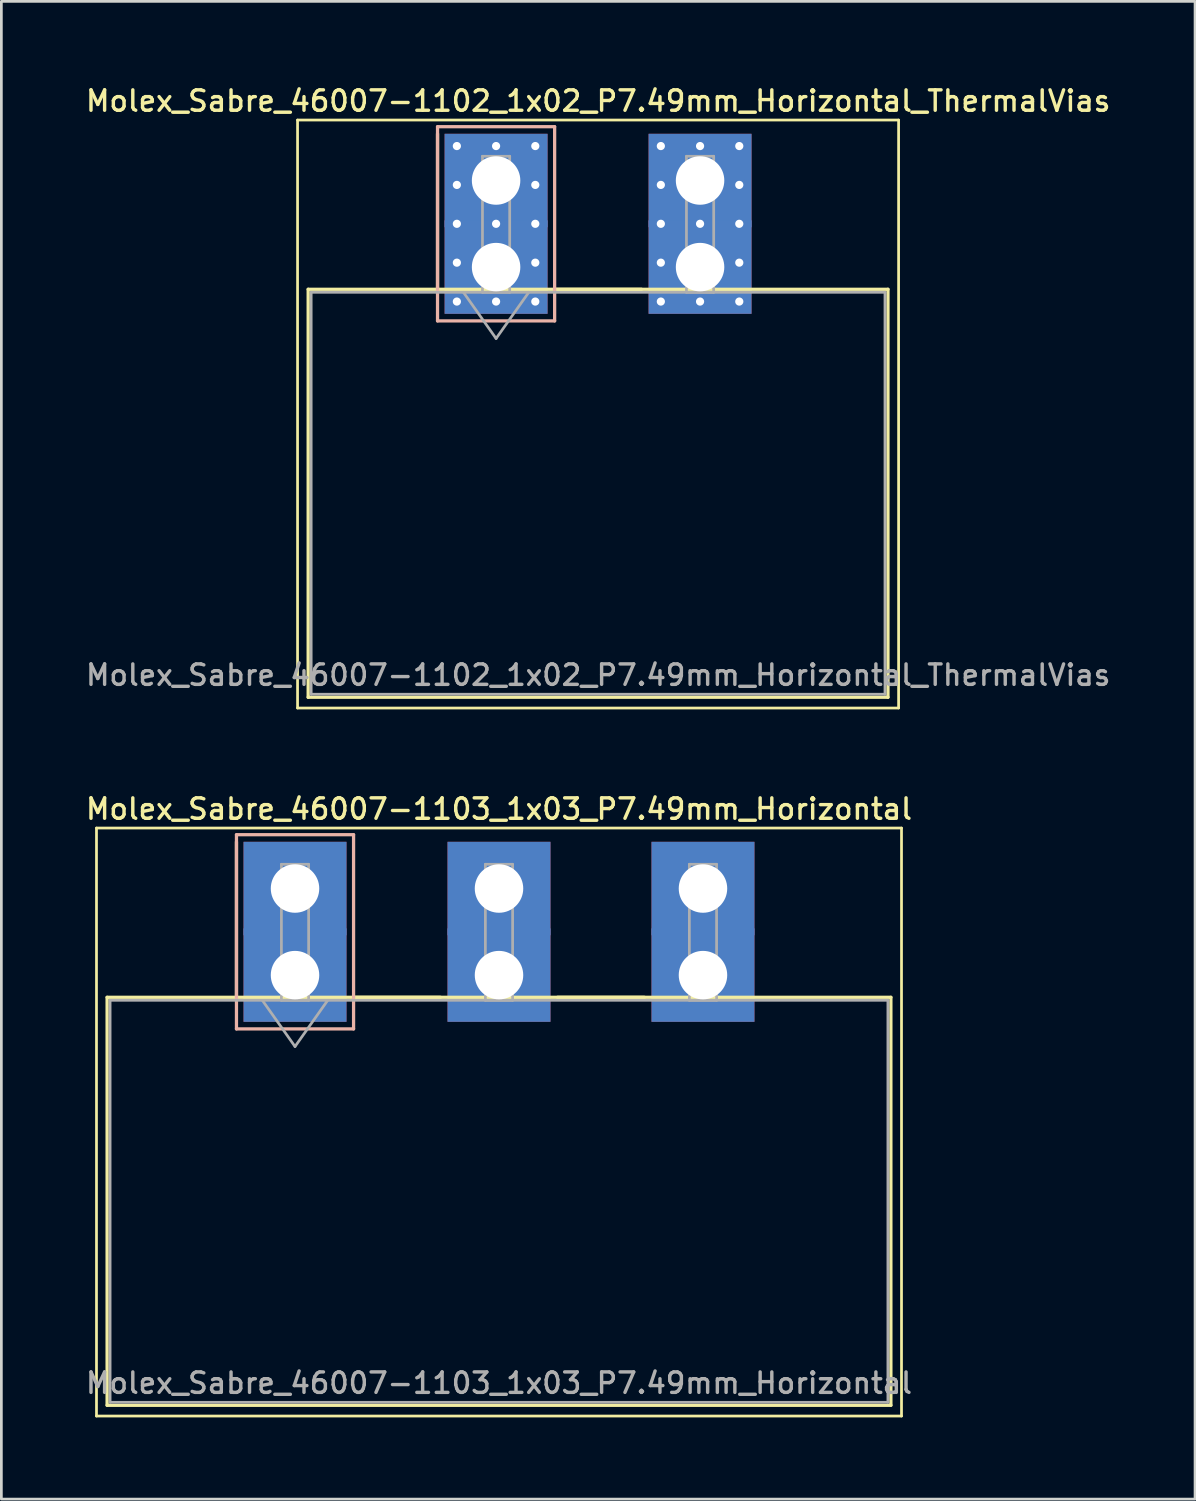
<source format=kicad_pcb>
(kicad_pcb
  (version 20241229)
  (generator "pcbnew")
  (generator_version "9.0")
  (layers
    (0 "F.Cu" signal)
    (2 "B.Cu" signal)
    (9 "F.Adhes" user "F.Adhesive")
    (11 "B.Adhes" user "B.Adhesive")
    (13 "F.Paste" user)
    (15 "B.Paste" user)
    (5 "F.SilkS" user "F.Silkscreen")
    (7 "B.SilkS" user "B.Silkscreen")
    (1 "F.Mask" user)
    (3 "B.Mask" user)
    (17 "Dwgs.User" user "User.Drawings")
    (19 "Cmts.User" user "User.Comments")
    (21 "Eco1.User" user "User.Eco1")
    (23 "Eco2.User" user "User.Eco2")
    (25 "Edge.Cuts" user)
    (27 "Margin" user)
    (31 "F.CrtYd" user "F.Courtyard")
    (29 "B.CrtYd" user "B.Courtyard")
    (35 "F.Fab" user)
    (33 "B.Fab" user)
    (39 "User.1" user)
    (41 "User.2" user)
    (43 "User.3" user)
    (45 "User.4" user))
  (footprint "Molex_Sabre_46007-1102_1x02_P7.49mm_Horizontal_ThermalVias"
    (layer "F.Cu")
    (at 15.166 6.758)
    (property "Reference" "Molex_Sabre_46007-1102_1x02_P7.49mm_Horizontal_ThermalVias" (at 3.75 -6.1 0) (layer "F.SilkS") (effects (font (size 0.75 0.75) (thickness 0.125))))
    (attr through_hole)
    (fp_line (start -7.29 -5.4) (end -7.29 16.19) (stroke (width 0.1) (type solid)) (layer "F.SilkS"))
    (fp_line (start -7.29 16.19) (end 14.78 16.19) (stroke (width 0.1) (type solid)) (layer "F.SilkS"))
    (fp_line (start -6.9 0.815) (end -6.9 15.795) (stroke (width 0.12) (type solid)) (layer "F.SilkS"))
    (fp_line (start -6.9 15.795) (end 14.39 15.795) (stroke (width 0.12) (type solid)) (layer "F.SilkS"))
    (fp_line (start -2.15 0.815) (end -2.15 -4.895) (stroke (width 0.12) (type solid)) (layer "F.SilkS"))
    (fp_line (start 2.15 0.815) (end 5.34 0.815) (stroke (width 0.12) (type solid)) (layer "F.SilkS"))
    (fp_line (start 14.39 0.815) (end -6.9 0.815) (stroke (width 0.12) (type solid)) (layer "F.SilkS"))
    (fp_line (start 14.39 15.795) (end 14.39 0.815) (stroke (width 0.12) (type solid)) (layer "F.SilkS"))
    (fp_line (start 14.78 -5.4) (end -7.29 -5.4) (stroke (width 0.1) (type solid)) (layer "F.SilkS"))
    (fp_line (start 14.78 16.19) (end 14.78 -5.4) (stroke (width 0.1) (type solid)) (layer "F.SilkS"))
    (fp_line (start -2.15 -5.155) (end -2.15 1.975) (stroke (width 0.12) (type solid)) (layer "B.SilkS"))
    (fp_line (start -2.15 1.975) (end 2.15 1.975) (stroke (width 0.12) (type solid)) (layer "B.SilkS"))
    (fp_line (start 2.15 -5.155) (end -2.15 -5.155) (stroke (width 0.12) (type solid)) (layer "B.SilkS"))
    (fp_line (start 2.15 1.975) (end 2.15 -5.155) (stroke (width 0.12) (type solid)) (layer "B.SilkS"))
    (fp_line (start -6.79 0.925) (end -6.79 15.685) (stroke (width 0.1) (type solid)) (layer "F.Fab"))
    (fp_line (start -6.79 15.685) (end 14.28 15.685) (stroke (width 0.1) (type solid)) (layer "F.Fab"))
    (fp_line (start -1.2 0.925) (end 0 2.622) (stroke (width 0.1) (type solid)) (layer "F.Fab"))
    (fp_line (start -0.5 -4.07) (end 0.5 -4.07) (stroke (width 0.1) (type solid)) (layer "F.Fab"))
    (fp_line (start -0.5 0.925) (end -0.5 -4.07) (stroke (width 0.1) (type solid)) (layer "F.Fab"))
    (fp_line (start 0 2.622) (end 1.2 0.925) (stroke (width 0.1) (type solid)) (layer "F.Fab"))
    (fp_line (start 0.5 -4.07) (end 0.5 0.925) (stroke (width 0.1) (type solid)) (layer "F.Fab"))
    (fp_line (start 0.5 0.925) (end -0.5 0.925) (stroke (width 0.1) (type solid)) (layer "F.Fab"))
    (fp_line (start 6.99 -4.07) (end 7.99 -4.07) (stroke (width 0.1) (type solid)) (layer "F.Fab"))
    (fp_line (start 6.99 0.925) (end 6.99 -4.07) (stroke (width 0.1) (type solid)) (layer "F.Fab"))
    (fp_line (start 7.99 -4.07) (end 7.99 0.925) (stroke (width 0.1) (type solid)) (layer "F.Fab"))
    (fp_line (start 7.99 0.925) (end 6.99 0.925) (stroke (width 0.1) (type solid)) (layer "F.Fab"))
    (fp_line (start 14.28 0.925) (end -6.79 0.925) (stroke (width 0.1) (type solid)) (layer "F.Fab"))
    (fp_line (start 14.28 15.685) (end 14.28 0.925) (stroke (width 0.1) (type solid)) (layer "F.Fab"))
    (fp_text user "${REFERENCE}" (at 3.75 14.98 0) (layer "F.Fab") (effects (font (size 0.75 0.75) (thickness 0.125))))
    (pad "1" thru_hole rect (at -1.44 -4.445) (size 0.6 0.6) (drill 0.3) (layers "*.Cu" "*.Mask"))
    (pad "1" thru_hole rect (at -1.44 -3.018) (size 0.6 0.6) (drill 0.3) (layers "*.Cu" "*.Mask"))
    (pad "1" thru_hole rect (at -1.44 -1.59) (size 0.6 0.6) (drill 0.3) (layers "*.Cu" "*.Mask"))
    (pad "1" thru_hole rect (at -1.44 -0.163) (size 0.6 0.6) (drill 0.3) (layers "*.Cu" "*.Mask"))
    (pad "1" thru_hole rect (at -1.44 1.265) (size 0.6 0.6) (drill 0.3) (layers "*.Cu" "*.Mask"))
    (pad "1" thru_hole rect (at 0 -4.445) (size 0.6 0.6) (drill 0.3) (layers "*.Cu" "*.Mask"))
    (pad "1" thru_hole rect (at 0 -3.18) (size 3.78 3.43) (drill 1.78) (layers "*.Cu" "*.Mask"))
    (pad "1" thru_hole rect (at 0 -1.59) (size 0.6 0.6) (drill 0.3) (layers "*.Cu" "*.Mask"))
    (pad "1" thru_hole rect (at 0 0) (size 3.78 3.43) (drill 1.78) (layers "*.Cu" "*.Mask"))
    (pad "1" thru_hole rect (at 0 1.265) (size 0.6 0.6) (drill 0.3) (layers "*.Cu" "*.Mask"))
    (pad "1" thru_hole rect (at 1.44 -4.445) (size 0.6 0.6) (drill 0.3) (layers "*.Cu" "*.Mask"))
    (pad "1" thru_hole rect (at 1.44 -3.018) (size 0.6 0.6) (drill 0.3) (layers "*.Cu" "*.Mask"))
    (pad "1" thru_hole rect (at 1.44 -1.59) (size 0.6 0.6) (drill 0.3) (layers "*.Cu" "*.Mask"))
    (pad "1" thru_hole rect (at 1.44 -0.163) (size 0.6 0.6) (drill 0.3) (layers "*.Cu" "*.Mask"))
    (pad "1" thru_hole rect (at 1.44 1.265) (size 0.6 0.6) (drill 0.3) (layers "*.Cu" "*.Mask"))
    (pad "2" thru_hole circle (at 6.05 -4.445) (size 0.6 0.6) (drill 0.3) (layers "*.Cu" "*.Mask"))
    (pad "2" thru_hole circle (at 6.05 -3.018) (size 0.6 0.6) (drill 0.3) (layers "*.Cu" "*.Mask"))
    (pad "2" thru_hole circle (at 6.05 -1.59) (size 0.6 0.6) (drill 0.3) (layers "*.Cu" "*.Mask"))
    (pad "2" thru_hole circle (at 6.05 -0.163) (size 0.6 0.6) (drill 0.3) (layers "*.Cu" "*.Mask"))
    (pad "2" thru_hole circle (at 6.05 1.265) (size 0.6 0.6) (drill 0.3) (layers "*.Cu" "*.Mask"))
    (pad "2" thru_hole circle (at 7.49 -4.445) (size 0.6 0.6) (drill 0.3) (layers "*.Cu" "*.Mask"))
    (pad "2" thru_hole rect (at 7.49 -3.18) (size 3.78 3.43) (drill 1.78) (layers "*.Cu" "*.Mask"))
    (pad "2" thru_hole circle (at 7.49 -1.59) (size 0.6 0.6) (drill 0.3) (layers "*.Cu" "*.Mask"))
    (pad "2" thru_hole rect (at 7.49 0) (size 3.78 3.43) (drill 1.78) (layers "*.Cu" "*.Mask"))
    (pad "2" thru_hole circle (at 7.49 1.265) (size 0.6 0.6) (drill 0.3) (layers "*.Cu" "*.Mask"))
    (pad "2" thru_hole circle (at 8.93 -4.445) (size 0.6 0.6) (drill 0.3) (layers "*.Cu" "*.Mask"))
    (pad "2" thru_hole circle (at 8.93 -3.018) (size 0.6 0.6) (drill 0.3) (layers "*.Cu" "*.Mask"))
    (pad "2" thru_hole circle (at 8.93 -1.59) (size 0.6 0.6) (drill 0.3) (layers "*.Cu" "*.Mask"))
    (pad "2" thru_hole circle (at 8.93 -0.163) (size 0.6 0.6) (drill 0.3) (layers "*.Cu" "*.Mask"))
    (pad "2" thru_hole circle (at 8.93 1.265) (size 0.6 0.6) (drill 0.3) (layers "*.Cu" "*.Mask")))
  (footprint "Molex_Sabre_46007-1103_1x03_P7.49mm_Horizontal"
    (layer "F.Cu")
    (at 7.783 32.756)
    (property "Reference" "Molex_Sabre_46007-1103_1x03_P7.49mm_Horizontal" (at 7.49 -6.1 0) (layer "F.SilkS") (effects (font (size 0.75 0.75) (thickness 0.125))))
    (attr through_hole)
    (fp_line (start -7.29 -5.4) (end -7.29 16.19) (stroke (width 0.1) (type solid)) (layer "F.SilkS"))
    (fp_line (start -7.29 16.19) (end 22.27 16.19) (stroke (width 0.1) (type solid)) (layer "F.SilkS"))
    (fp_line (start -6.9 0.815) (end -6.9 15.795) (stroke (width 0.12) (type solid)) (layer "F.SilkS"))
    (fp_line (start -6.9 15.795) (end 21.88 15.795) (stroke (width 0.12) (type solid)) (layer "F.SilkS"))
    (fp_line (start -2.15 0.815) (end -2.15 -4.895) (stroke (width 0.12) (type solid)) (layer "F.SilkS"))
    (fp_line (start 2.15 0.815) (end 5.34 0.815) (stroke (width 0.12) (type solid)) (layer "F.SilkS"))
    (fp_line (start 9.64 0.815) (end 12.83 0.815) (stroke (width 0.12) (type solid)) (layer "F.SilkS"))
    (fp_line (start 21.88 0.815) (end -6.9 0.815) (stroke (width 0.12) (type solid)) (layer "F.SilkS"))
    (fp_line (start 21.88 15.795) (end 21.88 0.815) (stroke (width 0.12) (type solid)) (layer "F.SilkS"))
    (fp_line (start 22.27 -5.4) (end -7.29 -5.4) (stroke (width 0.1) (type solid)) (layer "F.SilkS"))
    (fp_line (start 22.27 16.19) (end 22.27 -5.4) (stroke (width 0.1) (type solid)) (layer "F.SilkS"))
    (fp_line (start -2.15 -5.155) (end -2.15 1.975) (stroke (width 0.12) (type solid)) (layer "B.SilkS"))
    (fp_line (start -2.15 1.975) (end 2.15 1.975) (stroke (width 0.12) (type solid)) (layer "B.SilkS"))
    (fp_line (start 2.15 -5.155) (end -2.15 -5.155) (stroke (width 0.12) (type solid)) (layer "B.SilkS"))
    (fp_line (start 2.15 1.975) (end 2.15 -5.155) (stroke (width 0.12) (type solid)) (layer "B.SilkS"))
    (fp_line (start -6.79 0.925) (end -6.79 15.685) (stroke (width 0.1) (type solid)) (layer "F.Fab"))
    (fp_line (start -6.79 15.685) (end 21.77 15.685) (stroke (width 0.1) (type solid)) (layer "F.Fab"))
    (fp_line (start -1.2 0.925) (end 0 2.622) (stroke (width 0.1) (type solid)) (layer "F.Fab"))
    (fp_line (start -0.5 -4.07) (end 0.5 -4.07) (stroke (width 0.1) (type solid)) (layer "F.Fab"))
    (fp_line (start -0.5 0.925) (end -0.5 -4.07) (stroke (width 0.1) (type solid)) (layer "F.Fab"))
    (fp_line (start 0 2.622) (end 1.2 0.925) (stroke (width 0.1) (type solid)) (layer "F.Fab"))
    (fp_line (start 0.5 -4.07) (end 0.5 0.925) (stroke (width 0.1) (type solid)) (layer "F.Fab"))
    (fp_line (start 0.5 0.925) (end -0.5 0.925) (stroke (width 0.1) (type solid)) (layer "F.Fab"))
    (fp_line (start 6.99 -4.07) (end 7.99 -4.07) (stroke (width 0.1) (type solid)) (layer "F.Fab"))
    (fp_line (start 6.99 0.925) (end 6.99 -4.07) (stroke (width 0.1) (type solid)) (layer "F.Fab"))
    (fp_line (start 7.99 -4.07) (end 7.99 0.925) (stroke (width 0.1) (type solid)) (layer "F.Fab"))
    (fp_line (start 7.99 0.925) (end 6.99 0.925) (stroke (width 0.1) (type solid)) (layer "F.Fab"))
    (fp_line (start 14.48 -4.07) (end 15.48 -4.07) (stroke (width 0.1) (type solid)) (layer "F.Fab"))
    (fp_line (start 14.48 0.925) (end 14.48 -4.07) (stroke (width 0.1) (type solid)) (layer "F.Fab"))
    (fp_line (start 15.48 -4.07) (end 15.48 0.925) (stroke (width 0.1) (type solid)) (layer "F.Fab"))
    (fp_line (start 15.48 0.925) (end 14.48 0.925) (stroke (width 0.1) (type solid)) (layer "F.Fab"))
    (fp_line (start 21.77 0.925) (end -6.79 0.925) (stroke (width 0.1) (type solid)) (layer "F.Fab"))
    (fp_line (start 21.77 15.685) (end 21.77 0.925) (stroke (width 0.1) (type solid)) (layer "F.Fab"))
    (fp_text user "${REFERENCE}" (at 7.49 14.98 0) (layer "F.Fab") (effects (font (size 0.75 0.75) (thickness 0.125))))
    (pad "1" thru_hole rect (at 0 -3.18) (size 3.78 3.43) (drill 1.78) (layers "*.Cu" "*.Mask"))
    (pad "1" thru_hole rect (at 0 0) (size 3.78 3.43) (drill 1.78) (layers "*.Cu" "*.Mask"))
    (pad "2" thru_hole rect (at 7.49 -3.18) (size 3.78 3.43) (drill 1.78) (layers "*.Cu" "*.Mask"))
    (pad "2" thru_hole rect (at 7.49 0) (size 3.78 3.43) (drill 1.78) (layers "*.Cu" "*.Mask"))
    (pad "3" thru_hole rect (at 14.98 -3.18) (size 3.78 3.43) (drill 1.78) (layers "*.Cu" "*.Mask"))
    (pad "3" thru_hole rect (at 14.98 0) (size 3.78 3.43) (drill 1.78) (layers "*.Cu" "*.Mask")))
  (gr_rect
    (start -3 -3)
    (end 40.832 51.996)
    (stroke (width 0.1) (type default))
    (fill no)
    (layer "Edge.Cuts")))
</source>
